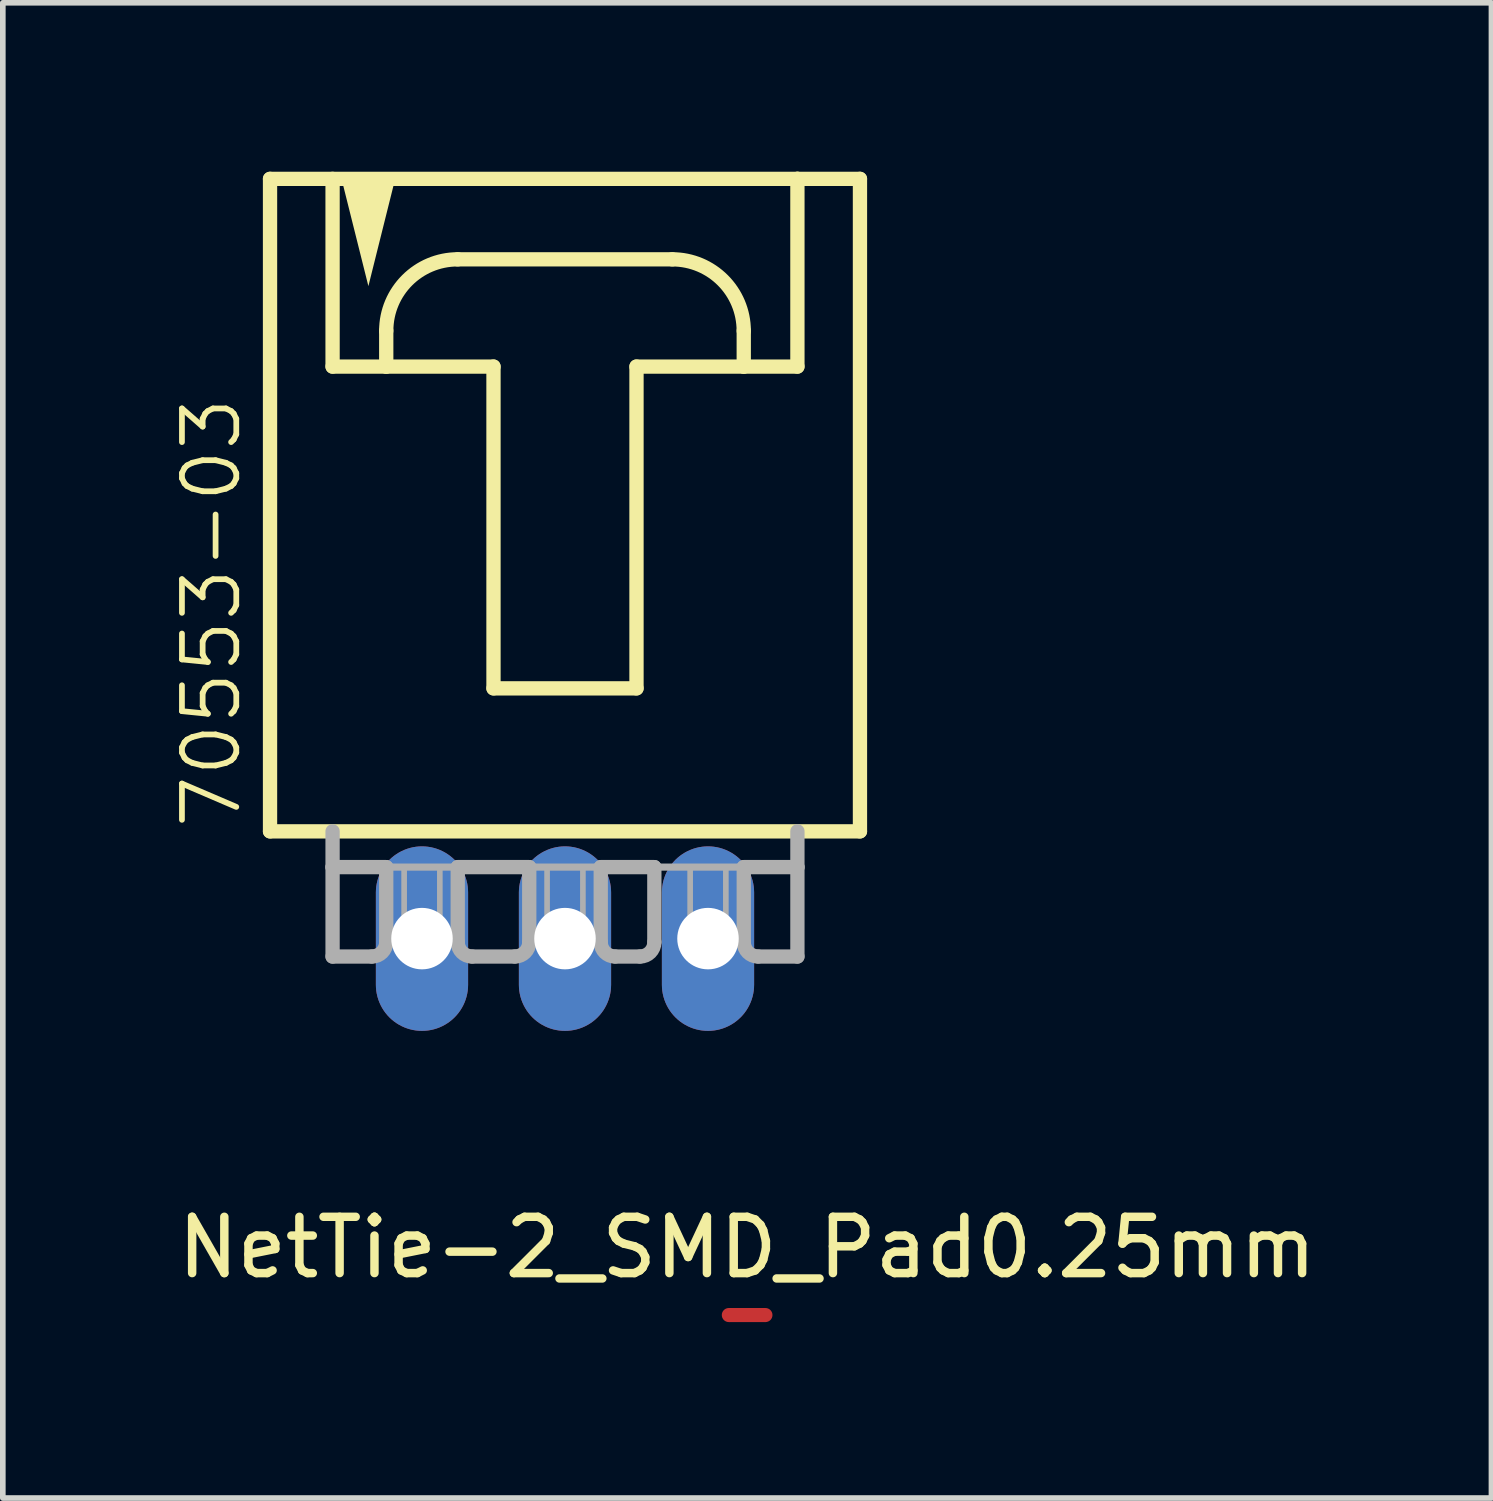
<source format=kicad_pcb>
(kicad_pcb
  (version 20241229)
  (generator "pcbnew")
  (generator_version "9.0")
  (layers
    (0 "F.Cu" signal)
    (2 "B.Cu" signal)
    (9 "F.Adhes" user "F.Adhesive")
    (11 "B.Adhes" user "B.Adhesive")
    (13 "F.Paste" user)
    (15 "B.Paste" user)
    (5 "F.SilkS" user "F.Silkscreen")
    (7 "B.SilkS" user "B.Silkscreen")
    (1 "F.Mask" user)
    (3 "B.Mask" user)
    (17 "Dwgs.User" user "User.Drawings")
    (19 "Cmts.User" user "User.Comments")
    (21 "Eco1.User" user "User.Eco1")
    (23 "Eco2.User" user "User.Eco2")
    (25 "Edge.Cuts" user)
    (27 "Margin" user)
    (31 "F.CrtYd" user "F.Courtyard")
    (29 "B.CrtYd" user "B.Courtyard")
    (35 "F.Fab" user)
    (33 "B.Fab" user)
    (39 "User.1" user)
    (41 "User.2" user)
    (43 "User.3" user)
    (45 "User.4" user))
  (footprint "NetTie-2_SMD_Pad0.25mm"
    (layer "F.Cu")
    (at 10.22 20.307)
    (property "Reference" "NetTie-2_SMD_Pad0.25mm" (at 0 -1.2 180) (layer "F.SilkS") (effects (font (size 1 1) (thickness 0.15))))
    (attr exclude_from_pos_files exclude_from_bom)
    (fp_poly (pts (xy -0.325 -0.125) (xy 0.325 -0.125) (xy 0.325 0.125) (xy -0.325 0.125)) (stroke (width 0) (type solid)) (fill yes) (layer "F.Cu"))
    (pad "1" smd circle (at -0.325 0) (size 0.25 0.25) (layers "F.Cu"))
    (pad "2" smd circle (at 0.325 0) (size 0.25 0.25) (layers "F.Cu")))
  (footprint "70553-03"
    (layer "F.Cu")
    (at 6.985 6.001)
    (property "Reference" "70553-03" (at -5.715 5.715 90) (layer "F.SilkS") (effects (font (size 0.965 0.965) (thickness 0.102)) (justify left bottom)))
    (attr through_hole)
    (fp_line (start -5.239 5.715) (end 5.239 5.715) (stroke (width 0.254) (type solid)) (layer "F.SilkS"))
    (fp_line (start -5.239 -5.874) (end -5.239 5.715) (stroke (width 0.254) (type solid)) (layer "F.SilkS"))
    (fp_line (start -4.128 -5.874) (end -4.128 -2.54) (stroke (width 0.254) (type solid)) (layer "F.SilkS"))
    (fp_line (start -4.128 -2.54) (end -3.175 -2.54) (stroke (width 0.254) (type solid)) (layer "F.SilkS"))
    (fp_line (start -3.175 -2.54) (end -3.175 -3.175) (stroke (width 0.254) (type solid)) (layer "F.SilkS"))
    (fp_line (start -3.175 -2.54) (end -1.27 -2.54) (stroke (width 0.254) (type solid)) (layer "F.SilkS"))
    (fp_line (start -1.905 -4.445) (end 1.905 -4.445) (stroke (width 0.254) (type solid)) (layer "F.SilkS"))
    (fp_line (start -1.27 -2.54) (end -1.27 3.175) (stroke (width 0.254) (type solid)) (layer "F.SilkS"))
    (fp_line (start -1.27 3.175) (end 1.27 3.175) (stroke (width 0.254) (type solid)) (layer "F.SilkS"))
    (fp_line (start 1.27 -2.54) (end 3.175 -2.54) (stroke (width 0.254) (type solid)) (layer "F.SilkS"))
    (fp_line (start 1.27 3.175) (end 1.27 -2.54) (stroke (width 0.254) (type solid)) (layer "F.SilkS"))
    (fp_line (start 3.175 -3.175) (end 3.175 -2.54) (stroke (width 0.254) (type solid)) (layer "F.SilkS"))
    (fp_line (start 3.175 -2.54) (end 4.128 -2.54) (stroke (width 0.254) (type solid)) (layer "F.SilkS"))
    (fp_line (start 4.128 -5.874) (end -5.239 -5.874) (stroke (width 0.254) (type solid)) (layer "F.SilkS"))
    (fp_line (start 4.128 -2.54) (end 4.128 -5.874) (stroke (width 0.254) (type solid)) (layer "F.SilkS"))
    (fp_line (start 5.239 -5.874) (end 4.128 -5.874) (stroke (width 0.254) (type solid)) (layer "F.SilkS"))
    (fp_line (start 5.239 5.715) (end 5.239 -5.874) (stroke (width 0.254) (type solid)) (layer "F.SilkS"))
    (fp_arc (start -3.175 -3.175) (mid -2.803026 -4.073026) (end -1.905 -4.445) (stroke (width 0.254) (type solid)) (layer "F.SilkS"))
    (fp_arc (start 1.905 -4.445) (mid 2.803026 -4.073026) (end 3.175 -3.175) (stroke (width 0.254) (type solid)) (layer "F.SilkS"))
    (fp_poly (pts (xy -3.969 -5.874) (xy -3.492 -3.969) (xy -3.016 -5.874)) (stroke (width 0) (type solid)) (fill yes) (layer "F.SilkS"))
    (fp_line (start -4.128 5.715) (end -4.128 6.35) (stroke (width 0.254) (type solid)) (layer "F.Fab"))
    (fp_line (start -4.128 6.35) (end -4.128 7.938) (stroke (width 0.254) (type solid)) (layer "F.Fab"))
    (fp_line (start -4.128 6.35) (end -3.175 6.35) (stroke (width 0.254) (type solid)) (layer "F.Fab"))
    (fp_line (start -3.429 7.938) (end -4.128 7.938) (stroke (width 0.254) (type solid)) (layer "F.Fab"))
    (fp_line (start -3.175 6.35) (end -3.175 7.684) (stroke (width 0.254) (type solid)) (layer "F.Fab"))
    (fp_line (start -3.175 6.35) (end -1.905 6.35) (stroke (width 0.127) (type solid)) (layer "F.Fab"))
    (fp_line (start -1.905 6.35) (end -1.905 7.684) (stroke (width 0.254) (type solid)) (layer "F.Fab"))
    (fp_line (start -1.905 6.35) (end -0.635 6.35) (stroke (width 0.254) (type solid)) (layer "F.Fab"))
    (fp_line (start -0.889 7.938) (end -1.651 7.938) (stroke (width 0.254) (type solid)) (layer "F.Fab"))
    (fp_line (start -0.635 6.35) (end -0.635 7.684) (stroke (width 0.254) (type solid)) (layer "F.Fab"))
    (fp_line (start -0.635 6.35) (end 0.635 6.35) (stroke (width 0.127) (type solid)) (layer "F.Fab"))
    (fp_line (start 0.635 6.35) (end 0.635 7.684) (stroke (width 0.254) (type solid)) (layer "F.Fab"))
    (fp_line (start 0.635 6.35) (end 1.587 6.35) (stroke (width 0.254) (type solid)) (layer "F.Fab"))
    (fp_line (start 0.889 7.938) (end 1.333 7.938) (stroke (width 0.254) (type solid)) (layer "F.Fab"))
    (fp_line (start 1.587 6.35) (end 3.175 6.35) (stroke (width 0.127) (type solid)) (layer "F.Fab"))
    (fp_line (start 1.587 7.684) (end 1.587 6.35) (stroke (width 0.254) (type solid)) (layer "F.Fab"))
    (fp_line (start 3.175 6.35) (end 3.175 7.684) (stroke (width 0.254) (type solid)) (layer "F.Fab"))
    (fp_line (start 3.175 6.35) (end 4.128 6.35) (stroke (width 0.254) (type solid)) (layer "F.Fab"))
    (fp_line (start 3.429 7.938) (end 4.128 7.938) (stroke (width 0.254) (type solid)) (layer "F.Fab"))
    (fp_line (start 4.128 6.35) (end 4.128 5.715) (stroke (width 0.254) (type solid)) (layer "F.Fab"))
    (fp_line (start 4.128 7.938) (end 4.128 6.35) (stroke (width 0.254) (type solid)) (layer "F.Fab"))
    (fp_arc (start -3.175 7.6835) (mid -3.249395 7.863105) (end -3.429 7.9375) (stroke (width 0.254) (type solid)) (layer "F.Fab"))
    (fp_arc (start -1.651 7.9375) (mid -1.830605 7.863105) (end -1.905 7.6835) (stroke (width 0.254) (type solid)) (layer "F.Fab"))
    (fp_arc (start -0.635 7.6835) (mid -0.709395 7.863105) (end -0.889 7.9375) (stroke (width 0.254) (type solid)) (layer "F.Fab"))
    (fp_arc (start 0.889 7.9375) (mid 0.709395 7.863105) (end 0.635 7.6835) (stroke (width 0.254) (type solid)) (layer "F.Fab"))
    (fp_arc (start 1.5875 7.6835) (mid 1.513105 7.863105) (end 1.3335 7.9375) (stroke (width 0.254) (type solid)) (layer "F.Fab"))
    (fp_arc (start 3.429 7.9375) (mid 3.249395 7.863105) (end 3.175 7.6835) (stroke (width 0.254) (type solid)) (layer "F.Fab"))
    (fp_poly (pts (xy -2.857 7.62) (xy -2.223 7.62) (xy -2.223 6.35) (xy -2.857 6.35)) (stroke (width 0.1) (type solid)) (fill no) (layer "F.Fab"))
    (fp_poly (pts (xy -0.318 7.62) (xy 0.318 7.62) (xy 0.318 6.35) (xy -0.318 6.35)) (stroke (width 0.1) (type solid)) (fill no) (layer "F.Fab"))
    (fp_poly (pts (xy 2.223 7.62) (xy 2.857 7.62) (xy 2.857 6.35) (xy 2.223 6.35)) (stroke (width 0.1) (type solid)) (fill no) (layer "F.Fab"))
    (pad "1" thru_hole oval (at -2.54 7.62 90) (size 3.277 1.638) (drill 1.092) (layers "*.Cu" "*.Mask"))
    (pad "2" thru_hole oval (at 0 7.62 90) (size 3.277 1.638) (drill 1.092) (layers "*.Cu" "*.Mask"))
    (pad "3" thru_hole oval (at 2.54 7.62 90) (size 3.277 1.638) (drill 1.092) (layers "*.Cu" "*.Mask")))
  (gr_rect
    (start -3 -3)
    (end 23.44 23.557)
    (stroke (width 0.1) (type default))
    (fill no)
    (layer "Edge.Cuts")))
</source>
